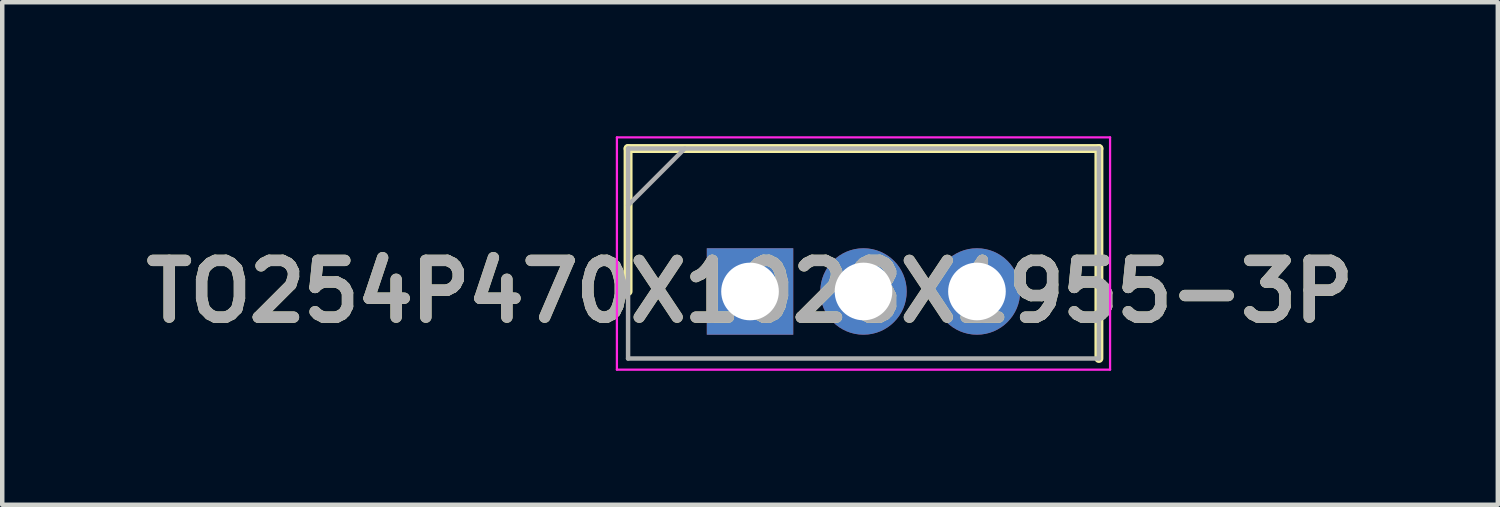
<source format=kicad_pcb>
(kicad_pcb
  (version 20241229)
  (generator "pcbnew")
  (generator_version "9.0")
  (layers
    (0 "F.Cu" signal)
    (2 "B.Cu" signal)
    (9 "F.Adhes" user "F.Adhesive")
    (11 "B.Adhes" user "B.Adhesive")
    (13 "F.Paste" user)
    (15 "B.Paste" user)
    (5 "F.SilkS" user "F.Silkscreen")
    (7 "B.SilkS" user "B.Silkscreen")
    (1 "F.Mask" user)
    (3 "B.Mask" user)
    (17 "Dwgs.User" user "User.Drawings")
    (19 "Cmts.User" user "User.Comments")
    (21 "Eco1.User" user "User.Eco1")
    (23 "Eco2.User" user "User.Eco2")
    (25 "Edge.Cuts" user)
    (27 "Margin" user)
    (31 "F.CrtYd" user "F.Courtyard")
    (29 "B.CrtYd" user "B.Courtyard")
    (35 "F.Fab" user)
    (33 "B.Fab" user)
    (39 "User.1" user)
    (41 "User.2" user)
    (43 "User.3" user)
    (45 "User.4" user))
  (footprint "TO254P470X1028X1955-3P"
    (layer "F.Cu")
    (at 13.74 3.475)
    (property "Reference" "TO254P470X1028X1955-3P" (at 0 0 0) (layer "F.SilkS") (effects (font (size 1.27 1.27) (thickness 0.254))))
    (attr through_hole)
    (fp_line (start -2.73 -3.2) (end -2.73 0) (stroke (width 0.2) (type solid)) (layer "F.SilkS"))
    (fp_line (start 7.81 -3.2) (end -2.73 -3.2) (stroke (width 0.2) (type solid)) (layer "F.SilkS"))
    (fp_line (start 7.81 1.5) (end 7.81 -3.2) (stroke (width 0.2) (type solid)) (layer "F.SilkS"))
    (fp_line (start -2.98 -3.45) (end 8.06 -3.45) (stroke (width 0.05) (type solid)) (layer "F.CrtYd"))
    (fp_line (start -2.98 1.75) (end -2.98 -3.45) (stroke (width 0.05) (type solid)) (layer "F.CrtYd"))
    (fp_line (start 8.06 -3.45) (end 8.06 1.75) (stroke (width 0.05) (type solid)) (layer "F.CrtYd"))
    (fp_line (start 8.06 1.75) (end -2.98 1.75) (stroke (width 0.05) (type solid)) (layer "F.CrtYd"))
    (fp_line (start -2.73 -3.2) (end 7.81 -3.2) (stroke (width 0.1) (type solid)) (layer "F.Fab"))
    (fp_line (start -2.73 -1.93) (end -1.46 -3.2) (stroke (width 0.1) (type solid)) (layer "F.Fab"))
    (fp_line (start -2.73 1.5) (end -2.73 -3.2) (stroke (width 0.1) (type solid)) (layer "F.Fab"))
    (fp_line (start 7.81 -3.2) (end 7.81 1.5) (stroke (width 0.1) (type solid)) (layer "F.Fab"))
    (fp_line (start 7.81 1.5) (end -2.73 1.5) (stroke (width 0.1) (type solid)) (layer "F.Fab"))
    (fp_text user "${REFERENCE}" (at 0 0 0) (layer "F.Fab") (effects (font (size 1.27 1.27) (thickness 0.254))))
    (pad "1" thru_hole rect (at 0 0) (size 1.935 1.935) (drill 1.29) (layers "*.Cu" "*.Mask"))
    (pad "2" thru_hole circle (at 2.54 0) (size 1.935 1.935) (drill 1.29) (layers "*.Cu" "*.Mask"))
    (pad "3" thru_hole circle (at 5.08 0) (size 1.935 1.935) (drill 1.29) (layers "*.Cu" "*.Mask")))
  (gr_rect
    (start -3 -3)
    (end 30.48 8.25)
    (stroke (width 0.1) (type default))
    (fill no)
    (layer "Edge.Cuts")))
</source>
